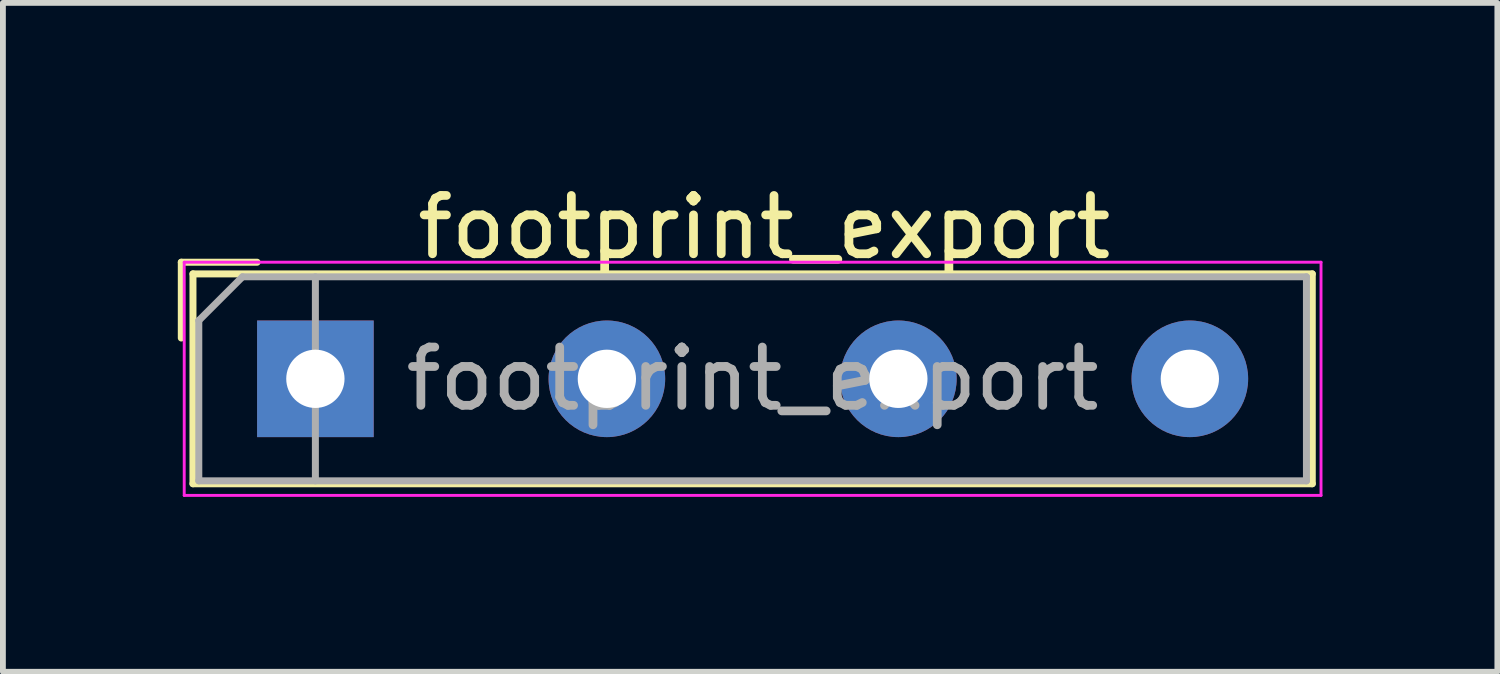
<source format=kicad_pcb>
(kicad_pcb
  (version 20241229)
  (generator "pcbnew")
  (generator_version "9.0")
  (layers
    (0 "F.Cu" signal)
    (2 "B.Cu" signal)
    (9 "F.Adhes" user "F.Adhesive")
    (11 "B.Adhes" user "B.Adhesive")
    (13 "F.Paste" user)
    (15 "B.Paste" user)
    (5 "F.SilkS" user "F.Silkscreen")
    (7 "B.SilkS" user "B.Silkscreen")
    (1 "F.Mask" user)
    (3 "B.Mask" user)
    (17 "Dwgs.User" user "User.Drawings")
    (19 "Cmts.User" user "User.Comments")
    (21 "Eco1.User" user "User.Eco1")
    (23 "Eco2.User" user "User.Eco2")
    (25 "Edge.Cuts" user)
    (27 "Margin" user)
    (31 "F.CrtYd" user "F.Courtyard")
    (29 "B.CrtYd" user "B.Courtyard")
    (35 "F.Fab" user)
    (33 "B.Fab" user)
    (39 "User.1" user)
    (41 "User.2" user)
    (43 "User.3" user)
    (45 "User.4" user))
  (footprint "footprint_export"
    (layer "F.Cu")
    (at 2.36 3.448)
    (property "Reference" "footprint_export" (at 7.7 -2.6 180) (layer "F.SilkS") (effects (font (size 1 1) (thickness 0.15))))
    (attr through_hole)
    (fp_line (start -2.3 -2) (end -1 -2) (stroke (width 0.12) (type solid)) (layer "F.SilkS"))
    (fp_line (start -2.3 -0.7) (end -2.3 -2) (stroke (width 0.12) (type solid)) (layer "F.SilkS"))
    (fp_line (start -2.1 -1.8) (end 17.1 -1.8) (stroke (width 0.12) (type solid)) (layer "F.SilkS"))
    (fp_line (start -2.1 1.8) (end -2.1 -1.8) (stroke (width 0.12) (type solid)) (layer "F.SilkS"))
    (fp_line (start 17.1 -1.8) (end 17.1 1.8) (stroke (width 0.12) (type solid)) (layer "F.SilkS"))
    (fp_line (start 17.1 1.8) (end -2.1 1.8) (stroke (width 0.12) (type solid)) (layer "F.SilkS"))
    (fp_line (start -2.25 -2) (end -2.25 2) (stroke (width 0.05) (type solid)) (layer "F.CrtYd"))
    (fp_line (start -2.25 -2) (end 17.25 -2) (stroke (width 0.05) (type solid)) (layer "F.CrtYd"))
    (fp_line (start 17.25 2) (end -2.25 2) (stroke (width 0.05) (type solid)) (layer "F.CrtYd"))
    (fp_line (start 17.25 2) (end 17.25 -2) (stroke (width 0.05) (type solid)) (layer "F.CrtYd"))
    (fp_line (start -2 -1) (end -1.25 -1.75) (stroke (width 0.12) (type solid)) (layer "F.Fab"))
    (fp_line (start -2 1.75) (end -2 -1) (stroke (width 0.12) (type solid)) (layer "F.Fab"))
    (fp_line (start -1.25 -1.75) (end 17 -1.75) (stroke (width 0.12) (type solid)) (layer "F.Fab"))
    (fp_line (start 0 -1.75) (end 0 1.75) (stroke (width 0.12) (type solid)) (layer "F.Fab"))
    (fp_line (start 17 -1.75) (end 17 1.75) (stroke (width 0.12) (type solid)) (layer "F.Fab"))
    (fp_line (start 17 1.75) (end -2 1.75) (stroke (width 0.12) (type solid)) (layer "F.Fab"))
    (fp_text user "${REFERENCE}" (at 7.5 0 180) (layer "F.Fab") (effects (font (size 1 1) (thickness 0.15))))
    (pad "1" thru_hole rect (at 0 0) (size 2 2) (drill 1) (layers "*.Cu" "*.Mask"))
    (pad "2" thru_hole circle (at 5 0) (size 2 2) (drill 1) (layers "*.Cu" "*.Mask"))
    (pad "3" thru_hole circle (at 10 0) (size 2 2) (drill 1) (layers "*.Cu" "*.Mask"))
    (pad "4" thru_hole circle (at 15 0) (size 2 2) (drill 1) (layers "*.Cu" "*.Mask")))
  (gr_rect
    (start -3 -3)
    (end 22.635 8.473)
    (stroke (width 0.1) (type default))
    (fill no)
    (layer "Edge.Cuts")))
</source>
